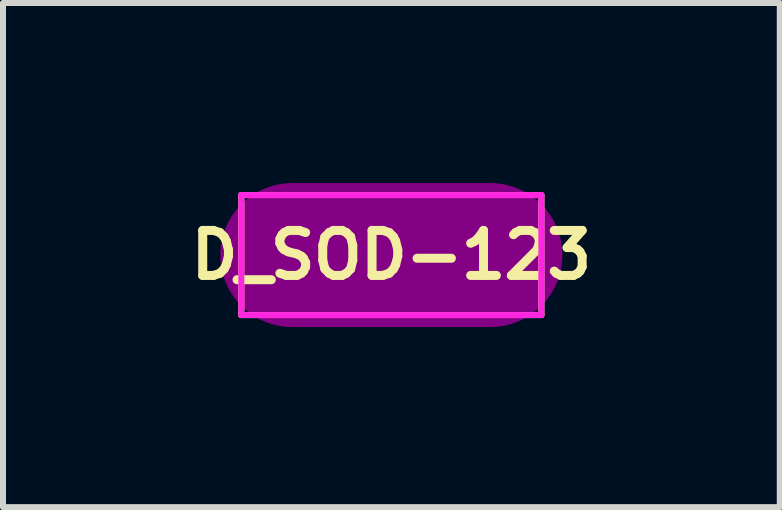
<source format=kicad_pcb>
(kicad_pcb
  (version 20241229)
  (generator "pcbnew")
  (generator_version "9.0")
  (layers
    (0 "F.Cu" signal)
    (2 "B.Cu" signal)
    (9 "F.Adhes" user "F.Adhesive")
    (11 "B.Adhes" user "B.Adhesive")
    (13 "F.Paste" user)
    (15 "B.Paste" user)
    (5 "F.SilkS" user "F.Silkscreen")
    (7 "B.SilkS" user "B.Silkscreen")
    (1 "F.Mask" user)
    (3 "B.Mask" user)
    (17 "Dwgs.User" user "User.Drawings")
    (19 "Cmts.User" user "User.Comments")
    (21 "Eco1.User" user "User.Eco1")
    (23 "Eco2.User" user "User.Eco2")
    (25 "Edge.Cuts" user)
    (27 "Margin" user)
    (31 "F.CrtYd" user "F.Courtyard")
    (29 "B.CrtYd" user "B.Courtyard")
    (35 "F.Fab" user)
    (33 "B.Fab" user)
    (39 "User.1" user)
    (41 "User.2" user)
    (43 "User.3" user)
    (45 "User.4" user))
  (footprint "D_SOD-123"
    (layer "F.Cu")
    (at 3.471 1.2)
    (property "Reference" "D_SOD-123" (at 0 0 0) (layer "F.SilkS") (effects (font (size 0.75 0.75) (thickness 0.15))))
    (attr smd)
    (fp_line (start -2.5 -1) (end -2.5 1) (stroke (width 0.1) (type solid)) (layer "F.SilkS"))
    (fp_line (start -2.5 1) (end 2.5 1) (stroke (width 0.1) (type solid)) (layer "F.SilkS"))
    (fp_line (start 2.5 -1) (end -2.5 -1) (stroke (width 0.1) (type solid)) (layer "F.SilkS"))
    (fp_line (start 2.5 1) (end 2.5 -1) (stroke (width 0.1) (type solid)) (layer "F.SilkS"))
    (fp_line (start -2.5 -1) (end -2.5 1) (stroke (width 0.1) (type solid)) (layer "F.CrtYd"))
    (fp_line (start -2.5 1) (end 2.5 1) (stroke (width 0.1) (type solid)) (layer "F.CrtYd"))
    (fp_line (start 2.5 -1) (end -2.5 -1) (stroke (width 0.1) (type solid)) (layer "F.CrtYd"))
    (fp_line (start 2.5 1) (end 2.5 -1) (stroke (width 0.1) (type solid)) (layer "F.CrtYd"))
    (pad "" smd oval (at 0 0) (size 5.7 2.4) (layers "F.Adhes"))
    (pad "1" smd rect (at -1.65 0) (size 0.9 1.2) (layers "F.Cu" "F.Mask" "F.Paste"))
    (pad "2" smd rect (at 1.65 0) (size 0.9 1.2) (layers "F.Cu" "F.Mask" "F.Paste")))
  (gr_rect
    (start -3 -3)
    (end 9.943 5.4)
    (stroke (width 0.1) (type default))
    (fill no)
    (layer "Edge.Cuts")))
</source>
